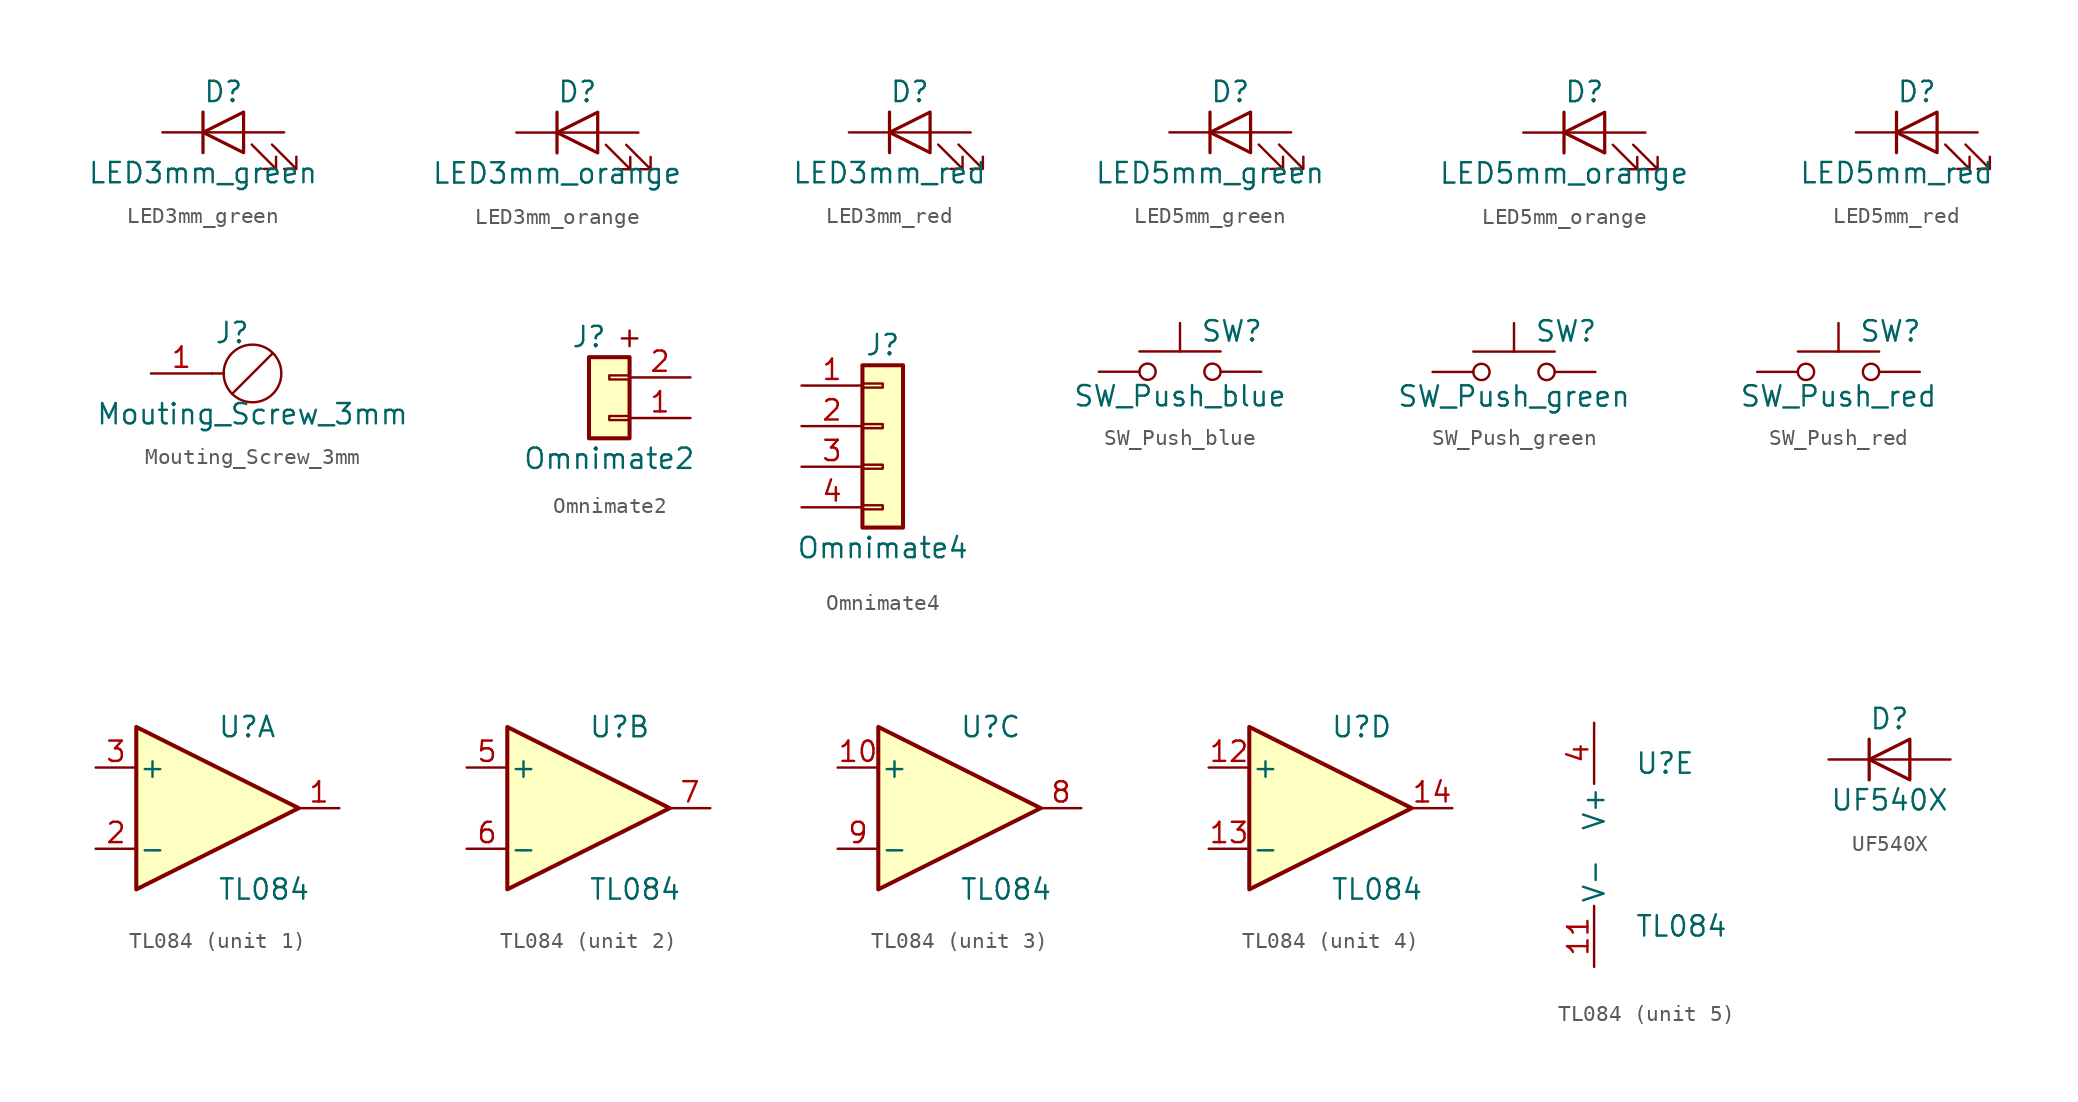
<source format=kicad_sym>
(kicad_symbol_lib
  (version 20211014)
  (generator kicad_symbol_editor)
  (symbol "LED3mm_green"
    (pin_numbers hide)
    (pin_names
      (offset 1.016) hide)
    (property "Reference" "D"
      (at 0 2.54 0)
      (effects (font (size 1.27 1.27))))
    (property "Value" "LED3mm_green"
      (at -1.27 -2.54 0)
      (effects (font (size 1.27 1.27))))
    (symbol "LED3mm_green_0_1"
      (polyline (pts (xy -1.27 -1.27) (xy -1.27 1.27)) (stroke (width 0.203) (type default) (color 0 0 0 0)) (fill (type none)))
      (polyline (pts (xy -1.27 0) (xy 1.27 0)) (stroke (width 0) (type default) (color 0 0 0 0)) (fill (type none)))
      (polyline (pts (xy 1.27 -1.27) (xy 1.27 1.27) (xy -1.27 0) (xy 1.27 -1.27)) (stroke (width 0.203) (type default) (color 0 0 0 0)) (fill (type none)))
      (polyline (pts (xy 1.778 -0.762) (xy 3.302 -2.286) (xy 2.54 -2.286) (xy 3.302 -2.286) (xy 3.302 -1.524)) (stroke (width 0) (type default) (color 0 0 0 0)) (fill (type none)))
      (polyline (pts (xy 3.048 -0.762) (xy 4.572 -2.286) (xy 3.81 -2.286) (xy 4.572 -2.286) (xy 4.572 -1.524)) (stroke (width 0) (type default) (color 0 0 0 0)) (fill (type none))))
    (symbol "LED3mm_green_1_1"
      (pin passive line (at -3.81 0 0) (length 2.54) (name "K" (effects (font (size 1.27 1.27)))) (number "1" (effects (font (size 1.27 1.27)))))
      (pin passive line (at 3.81 0 180) (length 2.54) (name "A" (effects (font (size 1.27 1.27)))) (number "2" (effects (font (size 1.27 1.27)))))))
  (symbol "LED3mm_orange"
    (pin_numbers hide)
    (pin_names
      (offset 1.016) hide)
    (property "Reference" "D"
      (at 0 2.54 0)
      (effects (font (size 1.27 1.27))))
    (property "Value" "LED3mm_orange"
      (at -1.27 -2.54 0)
      (effects (font (size 1.27 1.27))))
    (symbol "LED3mm_orange_0_1"
      (polyline (pts (xy -1.27 -1.27) (xy -1.27 1.27)) (stroke (width 0.203) (type default) (color 0 0 0 0)) (fill (type none)))
      (polyline (pts (xy -1.27 0) (xy 1.27 0)) (stroke (width 0) (type default) (color 0 0 0 0)) (fill (type none)))
      (polyline (pts (xy 1.27 -1.27) (xy 1.27 1.27) (xy -1.27 0) (xy 1.27 -1.27)) (stroke (width 0.203) (type default) (color 0 0 0 0)) (fill (type none)))
      (polyline (pts (xy 1.778 -0.762) (xy 3.302 -2.286) (xy 2.54 -2.286) (xy 3.302 -2.286) (xy 3.302 -1.524)) (stroke (width 0) (type default) (color 0 0 0 0)) (fill (type none)))
      (polyline (pts (xy 3.048 -0.762) (xy 4.572 -2.286) (xy 3.81 -2.286) (xy 4.572 -2.286) (xy 4.572 -1.524)) (stroke (width 0) (type default) (color 0 0 0 0)) (fill (type none))))
    (symbol "LED3mm_orange_1_1"
      (pin passive line (at -3.81 0 0) (length 2.54) (name "K" (effects (font (size 1.27 1.27)))) (number "1" (effects (font (size 1.27 1.27)))))
      (pin passive line (at 3.81 0 180) (length 2.54) (name "A" (effects (font (size 1.27 1.27)))) (number "2" (effects (font (size 1.27 1.27)))))))
  (symbol "LED3mm_red"
    (pin_numbers hide)
    (pin_names
      (offset 1.016) hide)
    (property "Reference" "D"
      (at 0 2.54 0)
      (effects (font (size 1.27 1.27))))
    (property "Value" "LED3mm_red"
      (at -1.27 -2.54 0)
      (effects (font (size 1.27 1.27))))
    (symbol "LED3mm_red_0_1"
      (polyline (pts (xy -1.27 -1.27) (xy -1.27 1.27)) (stroke (width 0.203) (type default) (color 0 0 0 0)) (fill (type none)))
      (polyline (pts (xy -1.27 0) (xy 1.27 0)) (stroke (width 0) (type default) (color 0 0 0 0)) (fill (type none)))
      (polyline (pts (xy 1.27 -1.27) (xy 1.27 1.27) (xy -1.27 0) (xy 1.27 -1.27)) (stroke (width 0.203) (type default) (color 0 0 0 0)) (fill (type none)))
      (polyline (pts (xy 1.778 -0.762) (xy 3.302 -2.286) (xy 2.54 -2.286) (xy 3.302 -2.286) (xy 3.302 -1.524)) (stroke (width 0) (type default) (color 0 0 0 0)) (fill (type none)))
      (polyline (pts (xy 3.048 -0.762) (xy 4.572 -2.286) (xy 3.81 -2.286) (xy 4.572 -2.286) (xy 4.572 -1.524)) (stroke (width 0) (type default) (color 0 0 0 0)) (fill (type none))))
    (symbol "LED3mm_red_1_1"
      (pin passive line (at -3.81 0 0) (length 2.54) (name "K" (effects (font (size 1.27 1.27)))) (number "1" (effects (font (size 1.27 1.27)))))
      (pin passive line (at 3.81 0 180) (length 2.54) (name "A" (effects (font (size 1.27 1.27)))) (number "2" (effects (font (size 1.27 1.27)))))))
  (symbol "LED5mm_green"
    (pin_numbers hide)
    (pin_names
      (offset 1.016) hide)
    (property "Reference" "D"
      (at 0 2.54 0)
      (effects (font (size 1.27 1.27))))
    (property "Value" "LED5mm_green"
      (at -1.27 -2.54 0)
      (effects (font (size 1.27 1.27))))
    (symbol "LED5mm_green_0_1"
      (polyline (pts (xy -1.27 -1.27) (xy -1.27 1.27)) (stroke (width 0.203) (type default) (color 0 0 0 0)) (fill (type none)))
      (polyline (pts (xy -1.27 0) (xy 1.27 0)) (stroke (width 0) (type default) (color 0 0 0 0)) (fill (type none)))
      (polyline (pts (xy 1.27 -1.27) (xy 1.27 1.27) (xy -1.27 0) (xy 1.27 -1.27)) (stroke (width 0.203) (type default) (color 0 0 0 0)) (fill (type none)))
      (polyline (pts (xy 1.778 -0.762) (xy 3.302 -2.286) (xy 2.54 -2.286) (xy 3.302 -2.286) (xy 3.302 -1.524)) (stroke (width 0) (type default) (color 0 0 0 0)) (fill (type none)))
      (polyline (pts (xy 3.048 -0.762) (xy 4.572 -2.286) (xy 3.81 -2.286) (xy 4.572 -2.286) (xy 4.572 -1.524)) (stroke (width 0) (type default) (color 0 0 0 0)) (fill (type none))))
    (symbol "LED5mm_green_1_1"
      (pin passive line (at -3.81 0 0) (length 2.54) (name "K" (effects (font (size 1.27 1.27)))) (number "1" (effects (font (size 1.27 1.27)))))
      (pin passive line (at 3.81 0 180) (length 2.54) (name "A" (effects (font (size 1.27 1.27)))) (number "2" (effects (font (size 1.27 1.27)))))))
  (symbol "LED5mm_orange"
    (pin_numbers hide)
    (pin_names
      (offset 1.016) hide)
    (property "Reference" "D"
      (at 0 2.54 0)
      (effects (font (size 1.27 1.27))))
    (property "Value" "LED5mm_orange"
      (at -1.27 -2.54 0)
      (effects (font (size 1.27 1.27))))
    (symbol "LED5mm_orange_0_1"
      (polyline (pts (xy -1.27 -1.27) (xy -1.27 1.27)) (stroke (width 0.203) (type default) (color 0 0 0 0)) (fill (type none)))
      (polyline (pts (xy -1.27 0) (xy 1.27 0)) (stroke (width 0) (type default) (color 0 0 0 0)) (fill (type none)))
      (polyline (pts (xy 1.27 -1.27) (xy 1.27 1.27) (xy -1.27 0) (xy 1.27 -1.27)) (stroke (width 0.203) (type default) (color 0 0 0 0)) (fill (type none)))
      (polyline (pts (xy 1.778 -0.762) (xy 3.302 -2.286) (xy 2.54 -2.286) (xy 3.302 -2.286) (xy 3.302 -1.524)) (stroke (width 0) (type default) (color 0 0 0 0)) (fill (type none)))
      (polyline (pts (xy 3.048 -0.762) (xy 4.572 -2.286) (xy 3.81 -2.286) (xy 4.572 -2.286) (xy 4.572 -1.524)) (stroke (width 0) (type default) (color 0 0 0 0)) (fill (type none))))
    (symbol "LED5mm_orange_1_1"
      (pin passive line (at -3.81 0 0) (length 2.54) (name "K" (effects (font (size 1.27 1.27)))) (number "1" (effects (font (size 1.27 1.27)))))
      (pin passive line (at 3.81 0 180) (length 2.54) (name "A" (effects (font (size 1.27 1.27)))) (number "2" (effects (font (size 1.27 1.27)))))))
  (symbol "LED5mm_red"
    (pin_numbers hide)
    (pin_names
      (offset 1.016) hide)
    (property "Reference" "D"
      (at 0 2.54 0)
      (effects (font (size 1.27 1.27))))
    (property "Value" "LED5mm_red"
      (at -1.27 -2.54 0)
      (effects (font (size 1.27 1.27))))
    (symbol "LED5mm_red_0_1"
      (polyline (pts (xy -1.27 -1.27) (xy -1.27 1.27)) (stroke (width 0.203) (type default) (color 0 0 0 0)) (fill (type none)))
      (polyline (pts (xy -1.27 0) (xy 1.27 0)) (stroke (width 0) (type default) (color 0 0 0 0)) (fill (type none)))
      (polyline (pts (xy 1.27 -1.27) (xy 1.27 1.27) (xy -1.27 0) (xy 1.27 -1.27)) (stroke (width 0.203) (type default) (color 0 0 0 0)) (fill (type none)))
      (polyline (pts (xy 1.778 -0.762) (xy 3.302 -2.286) (xy 2.54 -2.286) (xy 3.302 -2.286) (xy 3.302 -1.524)) (stroke (width 0) (type default) (color 0 0 0 0)) (fill (type none)))
      (polyline (pts (xy 3.048 -0.762) (xy 4.572 -2.286) (xy 3.81 -2.286) (xy 4.572 -2.286) (xy 4.572 -1.524)) (stroke (width 0) (type default) (color 0 0 0 0)) (fill (type none))))
    (symbol "LED5mm_red_1_1"
      (pin passive line (at -3.81 0 0) (length 2.54) (name "K" (effects (font (size 1.27 1.27)))) (number "1" (effects (font (size 1.27 1.27)))))
      (pin passive line (at 3.81 0 180) (length 2.54) (name "A" (effects (font (size 1.27 1.27)))) (number "2" (effects (font (size 1.27 1.27)))))))
  (symbol "Mouting_Screw_3mm"
    (pin_names
      (offset 1.016) hide)
    (property "Reference" "J"
      (at 0 2.54 0)
      (effects (font (size 1.27 1.27))))
    (property "Value" "Mouting_Screw_3mm"
      (at 1.27 -2.54 0)
      (effects (font (size 1.27 1.27))))
    (symbol "Mouting_Screw_3mm_0_1"
      (polyline (pts (xy 0 -1.27) (xy 2.54 1.27)) (stroke (width 0) (type default) (color 0 0 0 0)) (fill (type none)))
      (circle (center 1.27 0) (radius 1.803) (stroke (width 0) (type default) (color 0 0 0 0)) (fill (type none))))
    (symbol "Mouting_Screw_3mm_1_1"
      (polyline (pts (xy -1.27 0) (xy -0.508 0)) (stroke (width 0.152) (type default) (color 0 0 0 0)) (fill (type none)))
      (pin passive line (at -5.08 0 0) (length 3.81) (name "Pin_1" (effects (font (size 1.27 1.27)))) (number "1" (effects (font (size 1.27 1.27)))))))
  (symbol "Omnimate2"
    (pin_names
      (offset 1.016) hide)
    (property "Reference" "J"
      (at -1.27 2.54 0)
      (effects (font (size 1.27 1.27))))
    (property "Value" "Omnimate2"
      (at 0 -5.08 0)
      (effects (font (size 1.27 1.27))))
    (symbol "Omnimate2_0_0"
      (text "+" (at 1.27 2.54 0) (effects (font (size 1.27 1.27)))))
    (symbol "Omnimate2_1_1"
      (rectangle (start -1.27 1.27) (end 1.27 -3.81) (stroke (width 0.254) (type default) (color 0 0 0 0)) (fill (type background)))
      (rectangle (start 0 -2.413) (end 1.27 -2.667) (stroke (width 0.152) (type default) (color 0 0 0 0)) (fill (type none)))
      (rectangle (start 0 0.127) (end 1.27 -0.127) (stroke (width 0.152) (type default) (color 0 0 0 0)) (fill (type none)))
      (pin passive line (at 5.08 -2.54 180) (length 3.81) (name "Pin_1" (effects (font (size 1.27 1.27)))) (number "1" (effects (font (size 1.27 1.27)))))
      (pin passive line (at 5.08 0 180) (length 3.81) (name "Pin_2" (effects (font (size 1.27 1.27)))) (number "2" (effects (font (size 1.27 1.27)))))))
  (symbol "Omnimate4"
    (pin_names
      (offset 1.016) hide)
    (property "Reference" "J"
      (at 0 5.08 0)
      (effects (font (size 1.27 1.27))))
    (property "Value" "Omnimate4"
      (at 0 -7.62 0)
      (effects (font (size 1.27 1.27))))
    (symbol "Omnimate4_1_1"
      (rectangle (start -1.27 -4.953) (end 0 -5.207) (stroke (width 0.152) (type default) (color 0 0 0 0)) (fill (type none)))
      (rectangle (start -1.27 -2.413) (end 0 -2.667) (stroke (width 0.152) (type default) (color 0 0 0 0)) (fill (type none)))
      (rectangle (start -1.27 0.127) (end 0 -0.127) (stroke (width 0.152) (type default) (color 0 0 0 0)) (fill (type none)))
      (rectangle (start -1.27 2.667) (end 0 2.413) (stroke (width 0.152) (type default) (color 0 0 0 0)) (fill (type none)))
      (rectangle (start -1.27 3.81) (end 1.27 -6.35) (stroke (width 0.254) (type default) (color 0 0 0 0)) (fill (type background)))
      (pin passive line (at -5.08 2.54 0) (length 3.81) (name "Pin_1" (effects (font (size 1.27 1.27)))) (number "1" (effects (font (size 1.27 1.27)))))
      (pin passive line (at -5.08 0 0) (length 3.81) (name "Pin_2" (effects (font (size 1.27 1.27)))) (number "2" (effects (font (size 1.27 1.27)))))
      (pin passive line (at -5.08 -2.54 0) (length 3.81) (name "Pin_3" (effects (font (size 1.27 1.27)))) (number "3" (effects (font (size 1.27 1.27)))))
      (pin passive line (at -5.08 -5.08 0) (length 3.81) (name "Pin_4" (effects (font (size 1.27 1.27)))) (number "4" (effects (font (size 1.27 1.27)))))))
  (symbol "SW_Push_blue"
    (pin_numbers hide)
    (pin_names
      (offset 1.016) hide)
    (property "Reference" "SW"
      (at 1.27 2.54 0)
      (effects (font (size 1.27 1.27)) (justify left)))
    (property "Value" "SW_Push_blue"
      (at 0 -1.524 0)
      (effects (font (size 1.27 1.27))))
    (symbol "SW_Push_blue_0_1"
      (circle (center -2.032 0) (radius 0.508) (stroke (width 0) (type default) (color 0 0 0 0)) (fill (type none)))
      (polyline (pts (xy 0 1.27) (xy 0 3.048)) (stroke (width 0) (type default) (color 0 0 0 0)) (fill (type none)))
      (polyline (pts (xy 2.54 1.27) (xy -2.54 1.27)) (stroke (width 0) (type default) (color 0 0 0 0)) (fill (type none)))
      (circle (center 2.032 0) (radius 0.508) (stroke (width 0) (type default) (color 0 0 0 0)) (fill (type none)))
      (pin passive line (at -5.08 0 0) (length 2.54) (name "1" (effects (font (size 1.27 1.27)))) (number "1" (effects (font (size 1.27 1.27)))))
      (pin passive line (at 5.08 0 180) (length 2.54) (name "2" (effects (font (size 1.27 1.27)))) (number "2" (effects (font (size 1.27 1.27)))))))
  (symbol "SW_Push_green"
    (pin_numbers hide)
    (pin_names
      (offset 1.016) hide)
    (property "Reference" "SW"
      (at 1.27 2.54 0)
      (effects (font (size 1.27 1.27)) (justify left)))
    (property "Value" "SW_Push_green"
      (at 0 -1.524 0)
      (effects (font (size 1.27 1.27))))
    (symbol "SW_Push_green_0_1"
      (circle (center -2.032 0) (radius 0.508) (stroke (width 0) (type default) (color 0 0 0 0)) (fill (type none)))
      (polyline (pts (xy 0 1.27) (xy 0 3.048)) (stroke (width 0) (type default) (color 0 0 0 0)) (fill (type none)))
      (polyline (pts (xy 2.54 1.27) (xy -2.54 1.27)) (stroke (width 0) (type default) (color 0 0 0 0)) (fill (type none)))
      (circle (center 2.032 0) (radius 0.508) (stroke (width 0) (type default) (color 0 0 0 0)) (fill (type none)))
      (pin passive line (at -5.08 0 0) (length 2.54) (name "1" (effects (font (size 1.27 1.27)))) (number "1" (effects (font (size 1.27 1.27)))))
      (pin passive line (at 5.08 0 180) (length 2.54) (name "2" (effects (font (size 1.27 1.27)))) (number "2" (effects (font (size 1.27 1.27)))))))
  (symbol "SW_Push_red"
    (pin_numbers hide)
    (pin_names
      (offset 1.016) hide)
    (property "Reference" "SW"
      (at 1.27 2.54 0)
      (effects (font (size 1.27 1.27)) (justify left)))
    (property "Value" "SW_Push_red"
      (at 0 -1.524 0)
      (effects (font (size 1.27 1.27))))
    (symbol "SW_Push_red_0_1"
      (circle (center -2.032 0) (radius 0.508) (stroke (width 0) (type default) (color 0 0 0 0)) (fill (type none)))
      (polyline (pts (xy 0 1.27) (xy 0 3.048)) (stroke (width 0) (type default) (color 0 0 0 0)) (fill (type none)))
      (polyline (pts (xy 2.54 1.27) (xy -2.54 1.27)) (stroke (width 0) (type default) (color 0 0 0 0)) (fill (type none)))
      (circle (center 2.032 0) (radius 0.508) (stroke (width 0) (type default) (color 0 0 0 0)) (fill (type none)))
      (pin passive line (at -5.08 0 0) (length 2.54) (name "1" (effects (font (size 1.27 1.27)))) (number "1" (effects (font (size 1.27 1.27)))))
      (pin passive line (at 5.08 0 180) (length 2.54) (name "2" (effects (font (size 1.27 1.27)))) (number "2" (effects (font (size 1.27 1.27)))))))
  (symbol "TL084"
    (pin_names
      (offset 0.127))
    (property "Reference" "U"
      (at 0 5.08 0)
      (effects (font (size 1.27 1.27)) (justify left)))
    (property "Value" "TL084"
      (at 0 -5.08 0)
      (effects (font (size 1.27 1.27)) (justify left)))
    (property "ki_locked" ""
      (at 0 0 0)
      (effects (font (size 1.27 1.27))))
    (symbol "TL084_1_1"
      (polyline (pts (xy -5.08 5.08) (xy 5.08 0) (xy -5.08 -5.08) (xy -5.08 5.08)) (stroke (width 0.254) (type default) (color 0 0 0 0)) (fill (type background)))
      (pin output line (at 7.62 0 180) (length 2.54) (name "~" (effects (font (size 1.27 1.27)))) (number "1" (effects (font (size 1.27 1.27)))))
      (pin input line (at -7.62 -2.54 0) (length 2.54) (name "-" (effects (font (size 1.27 1.27)))) (number "2" (effects (font (size 1.27 1.27)))))
      (pin input line (at -7.62 2.54 0) (length 2.54) (name "+" (effects (font (size 1.27 1.27)))) (number "3" (effects (font (size 1.27 1.27))))))
    (symbol "TL084_2_1"
      (polyline (pts (xy -5.08 5.08) (xy 5.08 0) (xy -5.08 -5.08) (xy -5.08 5.08)) (stroke (width 0.254) (type default) (color 0 0 0 0)) (fill (type background)))
      (pin input line (at -7.62 2.54 0) (length 2.54) (name "+" (effects (font (size 1.27 1.27)))) (number "5" (effects (font (size 1.27 1.27)))))
      (pin input line (at -7.62 -2.54 0) (length 2.54) (name "-" (effects (font (size 1.27 1.27)))) (number "6" (effects (font (size 1.27 1.27)))))
      (pin output line (at 7.62 0 180) (length 2.54) (name "~" (effects (font (size 1.27 1.27)))) (number "7" (effects (font (size 1.27 1.27))))))
    (symbol "TL084_3_1"
      (polyline (pts (xy -5.08 5.08) (xy 5.08 0) (xy -5.08 -5.08) (xy -5.08 5.08)) (stroke (width 0.254) (type default) (color 0 0 0 0)) (fill (type background)))
      (pin input line (at -7.62 2.54 0) (length 2.54) (name "+" (effects (font (size 1.27 1.27)))) (number "10" (effects (font (size 1.27 1.27)))))
      (pin output line (at 7.62 0 180) (length 2.54) (name "~" (effects (font (size 1.27 1.27)))) (number "8" (effects (font (size 1.27 1.27)))))
      (pin input line (at -7.62 -2.54 0) (length 2.54) (name "-" (effects (font (size 1.27 1.27)))) (number "9" (effects (font (size 1.27 1.27))))))
    (symbol "TL084_4_1"
      (polyline (pts (xy -5.08 5.08) (xy 5.08 0) (xy -5.08 -5.08) (xy -5.08 5.08)) (stroke (width 0.254) (type default) (color 0 0 0 0)) (fill (type background)))
      (pin input line (at -7.62 2.54 0) (length 2.54) (name "+" (effects (font (size 1.27 1.27)))) (number "12" (effects (font (size 1.27 1.27)))))
      (pin input line (at -7.62 -2.54 0) (length 2.54) (name "-" (effects (font (size 1.27 1.27)))) (number "13" (effects (font (size 1.27 1.27)))))
      (pin output line (at 7.62 0 180) (length 2.54) (name "~" (effects (font (size 1.27 1.27)))) (number "14" (effects (font (size 1.27 1.27))))))
    (symbol "TL084_5_1"
      (pin power_in line (at -2.54 -7.62 90) (length 3.81) (name "V-" (effects (font (size 1.27 1.27)))) (number "11" (effects (font (size 1.27 1.27)))))
      (pin power_in line (at -2.54 7.62 270) (length 3.81) (name "V+" (effects (font (size 1.27 1.27)))) (number "4" (effects (font (size 1.27 1.27)))))))
  (symbol "UF540X"
    (pin_numbers hide)
    (pin_names
      (offset 1.016) hide)
    (property "Reference" "D"
      (at 0 2.54 0)
      (effects (font (size 1.27 1.27))))
    (property "Value" "UF540X"
      (at 0 -2.54 0)
      (effects (font (size 1.27 1.27))))
    (symbol "UF540X_0_1"
      (polyline (pts (xy -1.27 1.27) (xy -1.27 -1.27)) (stroke (width 0.203) (type default) (color 0 0 0 0)) (fill (type none)))
      (polyline (pts (xy 1.27 0) (xy -1.27 0)) (stroke (width 0) (type default) (color 0 0 0 0)) (fill (type none)))
      (polyline (pts (xy 1.27 1.27) (xy 1.27 -1.27) (xy -1.27 0) (xy 1.27 1.27)) (stroke (width 0.203) (type default) (color 0 0 0 0)) (fill (type none))))
    (symbol "UF540X_1_1"
      (pin passive line (at -3.81 0 0) (length 2.54) (name "K" (effects (font (size 1.27 1.27)))) (number "1" (effects (font (size 1.27 1.27)))))
      (pin passive line (at 3.81 0 180) (length 2.54) (name "A" (effects (font (size 1.27 1.27)))) (number "2" (effects (font (size 1.27 1.27))))))))
</source>
